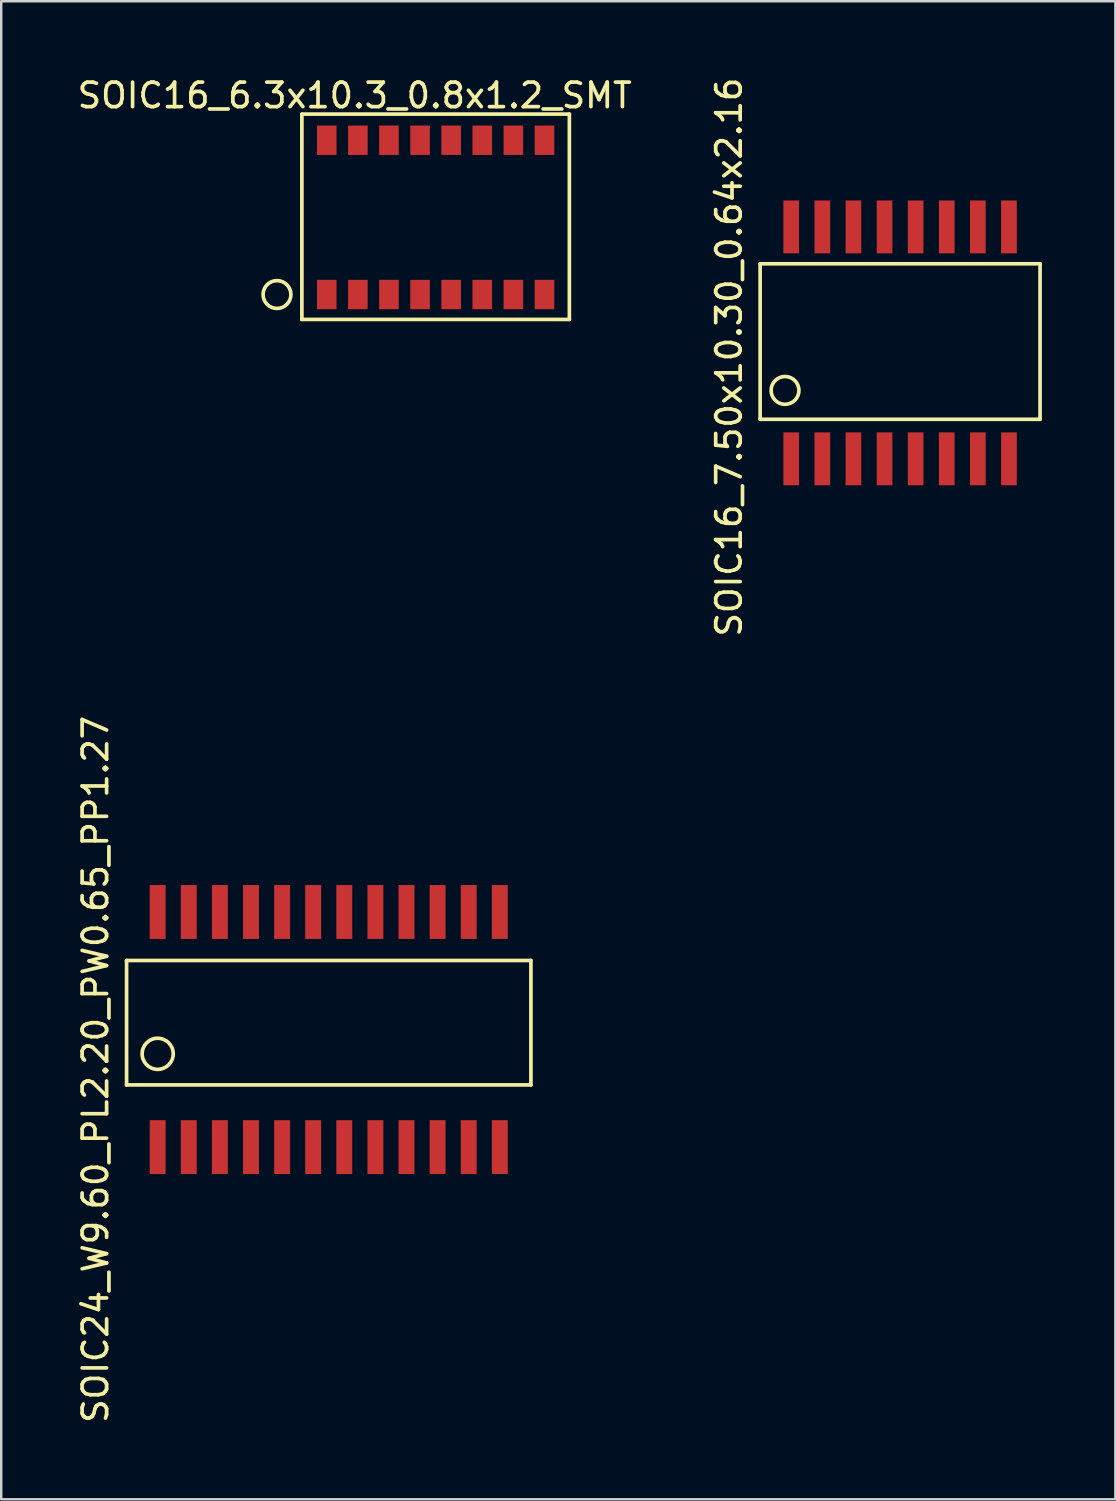
<source format=kicad_pcb>
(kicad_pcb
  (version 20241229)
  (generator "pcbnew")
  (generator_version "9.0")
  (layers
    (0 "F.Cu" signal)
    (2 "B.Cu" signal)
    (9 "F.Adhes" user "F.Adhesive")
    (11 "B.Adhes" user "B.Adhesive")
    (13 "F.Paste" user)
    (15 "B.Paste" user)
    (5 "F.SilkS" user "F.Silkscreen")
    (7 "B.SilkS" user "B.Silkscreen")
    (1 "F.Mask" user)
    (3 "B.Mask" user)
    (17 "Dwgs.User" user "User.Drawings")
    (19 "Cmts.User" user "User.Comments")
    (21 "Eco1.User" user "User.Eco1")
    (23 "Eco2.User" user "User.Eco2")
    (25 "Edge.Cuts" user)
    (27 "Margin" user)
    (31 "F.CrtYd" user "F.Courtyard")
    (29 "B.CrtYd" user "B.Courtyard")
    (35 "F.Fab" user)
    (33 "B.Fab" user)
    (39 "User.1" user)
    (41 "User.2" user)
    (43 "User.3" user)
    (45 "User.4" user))
  (footprint "SOIC24_W9.60_PL2.20_PW0.65_PP1.27"
    (layer "F.Cu")
    (at 3.388 43.788)
    (property "Reference" "SOIC24_W9.60_PL2.20_PW0.65_PP1.27" (at -2.54 -3.175 90) (layer "F.SilkS") (effects (font (size 1 1) (thickness 0.15))))
    (attr through_hole)
    (fp_line (start -1.27 -7.62) (end -1.27 -2.54) (stroke (width 0.15) (type solid)) (layer "F.SilkS"))
    (fp_line (start -1.27 -2.54) (end 15.24 -2.54) (stroke (width 0.15) (type solid)) (layer "F.SilkS"))
    (fp_line (start 15.24 -7.62) (end -1.27 -7.62) (stroke (width 0.15) (type solid)) (layer "F.SilkS"))
    (fp_line (start 15.24 -2.54) (end 15.24 -7.62) (stroke (width 0.15) (type solid)) (layer "F.SilkS"))
    (fp_circle (center 0 -3.81) (end 0 -3.175) (stroke (width 0.15) (type solid)) (fill no) (layer "F.SilkS"))
    (pad "1" smd rect (at 0 0) (size 0.65 2.2) (layers "F.Cu" "F.Mask" "F.Paste"))
    (pad "2" smd rect (at 1.27 0) (size 0.65 2.2) (layers "F.Cu" "F.Mask" "F.Paste"))
    (pad "3" smd rect (at 2.54 0) (size 0.65 2.2) (layers "F.Cu" "F.Mask" "F.Paste"))
    (pad "4" smd rect (at 3.81 0) (size 0.65 2.2) (layers "F.Cu" "F.Mask" "F.Paste"))
    (pad "5" smd rect (at 5.08 0) (size 0.65 2.2) (layers "F.Cu" "F.Mask" "F.Paste"))
    (pad "6" smd rect (at 6.35 0) (size 0.65 2.2) (layers "F.Cu" "F.Mask" "F.Paste"))
    (pad "7" smd rect (at 7.62 0) (size 0.65 2.2) (layers "F.Cu" "F.Mask" "F.Paste"))
    (pad "8" smd rect (at 8.89 0) (size 0.65 2.2) (layers "F.Cu" "F.Mask" "F.Paste"))
    (pad "9" smd rect (at 10.16 0) (size 0.65 2.2) (layers "F.Cu" "F.Mask" "F.Paste"))
    (pad "10" smd rect (at 11.43 0) (size 0.65 2.2) (layers "F.Cu" "F.Mask" "F.Paste"))
    (pad "11" smd rect (at 12.7 0) (size 0.65 2.2) (layers "F.Cu" "F.Mask" "F.Paste"))
    (pad "12" smd rect (at 13.97 0) (size 0.65 2.2) (layers "F.Cu" "F.Mask" "F.Paste"))
    (pad "13" smd rect (at 13.97 -9.6) (size 0.65 2.2) (layers "F.Cu" "F.Mask" "F.Paste"))
    (pad "14" smd rect (at 12.7 -9.6) (size 0.65 2.2) (layers "F.Cu" "F.Mask" "F.Paste"))
    (pad "15" smd rect (at 11.43 -9.6) (size 0.65 2.2) (layers "F.Cu" "F.Mask" "F.Paste"))
    (pad "16" smd rect (at 10.16 -9.6) (size 0.65 2.2) (layers "F.Cu" "F.Mask" "F.Paste"))
    (pad "17" smd rect (at 8.89 -9.6) (size 0.65 2.2) (layers "F.Cu" "F.Mask" "F.Paste"))
    (pad "18" smd rect (at 7.62 -9.6) (size 0.65 2.2) (layers "F.Cu" "F.Mask" "F.Paste"))
    (pad "19" smd rect (at 6.35 -9.6) (size 0.65 2.2) (layers "F.Cu" "F.Mask" "F.Paste"))
    (pad "20" smd rect (at 5.08 -9.6) (size 0.65 2.2) (layers "F.Cu" "F.Mask" "F.Paste"))
    (pad "21" smd rect (at 3.81 -9.6) (size 0.65 2.2) (layers "F.Cu" "F.Mask" "F.Paste"))
    (pad "22" smd rect (at 2.54 -9.6) (size 0.65 2.2) (layers "F.Cu" "F.Mask" "F.Paste"))
    (pad "23" smd rect (at 1.27 -9.6) (size 0.65 2.2) (layers "F.Cu" "F.Mask" "F.Paste"))
    (pad "24" smd rect (at 0 -9.6) (size 0.65 2.2) (layers "F.Cu" "F.Mask" "F.Paste")))
  (footprint "SOIC16_7.50x10.30_0.64x2.16"
    (layer "F.Cu")
    (at 29.257 15.685)
    (property "Reference" "SOIC16_7.50x10.30_0.64x2.16" (at -2.54 -4.155 270) (layer "F.SilkS") (effects (font (size 1 1) (thickness 0.15))))
    (attr through_hole)
    (fp_line (start -1.27 -7.965) (end -1.27 -1.615) (stroke (width 0.15) (type solid)) (layer "F.SilkS"))
    (fp_line (start -1.27 -1.615) (end 10.16 -1.615) (stroke (width 0.15) (type solid)) (layer "F.SilkS"))
    (fp_line (start 10.16 -7.965) (end -1.27 -7.965) (stroke (width 0.15) (type solid)) (layer "F.SilkS"))
    (fp_line (start 10.16 -1.615) (end 10.16 -7.965) (stroke (width 0.15) (type solid)) (layer "F.SilkS"))
    (fp_circle (center -0.254 -2.794) (end 0.254 -2.54) (stroke (width 0.15) (type solid)) (fill no) (layer "F.SilkS"))
    (pad "1" smd rect (at 0 0) (size 0.64 2.16) (layers "F.Cu" "F.Mask" "F.Paste"))
    (pad "2" smd rect (at 1.27 0) (size 0.64 2.16) (layers "F.Cu" "F.Mask" "F.Paste"))
    (pad "3" smd rect (at 2.54 0) (size 0.64 2.16) (layers "F.Cu" "F.Mask" "F.Paste"))
    (pad "4" smd rect (at 3.81 0) (size 0.64 2.16) (layers "F.Cu" "F.Mask" "F.Paste"))
    (pad "5" smd rect (at 5.08 0) (size 0.64 2.16) (layers "F.Cu" "F.Mask" "F.Paste"))
    (pad "6" smd rect (at 6.35 0) (size 0.64 2.16) (layers "F.Cu" "F.Mask" "F.Paste"))
    (pad "7" smd rect (at 7.62 0) (size 0.64 2.16) (layers "F.Cu" "F.Mask" "F.Paste"))
    (pad "8" smd rect (at 8.89 0) (size 0.64 2.16) (layers "F.Cu" "F.Mask" "F.Paste"))
    (pad "9" smd rect (at 8.89 -9.47) (size 0.64 2.16) (layers "F.Cu" "F.Mask" "F.Paste"))
    (pad "10" smd rect (at 7.62 -9.47) (size 0.64 2.16) (layers "F.Cu" "F.Mask" "F.Paste"))
    (pad "11" smd rect (at 6.35 -9.47) (size 0.64 2.16) (layers "F.Cu" "F.Mask" "F.Paste"))
    (pad "12" smd rect (at 5.08 -9.47) (size 0.64 2.16) (layers "F.Cu" "F.Mask" "F.Paste"))
    (pad "13" smd rect (at 3.81 -9.47) (size 0.64 2.16) (layers "F.Cu" "F.Mask" "F.Paste"))
    (pad "14" smd rect (at 2.54 -9.47) (size 0.64 2.16) (layers "F.Cu" "F.Mask" "F.Paste"))
    (pad "15" smd rect (at 1.27 -9.47) (size 0.64 2.16) (layers "F.Cu" "F.Mask" "F.Paste"))
    (pad "16" smd rect (at 0 -9.47) (size 0.64 2.16) (layers "F.Cu" "F.Mask" "F.Paste")))
  (footprint "SOIC16_6.3x10.3_0.8x1.2_SMT"
    (layer "F.Cu")
    (at 10.292 8.976)
    (property "Reference" "SOIC16_6.3x10.3_0.8x1.2_SMT" (at 1.143 -8.128 0) (layer "F.SilkS") (effects (font (size 1 1) (thickness 0.15))))
    (attr through_hole)
    (fp_line (start -1.016 -7.366) (end -1.016 1.016) (stroke (width 0.15) (type solid)) (layer "F.SilkS"))
    (fp_line (start -1.016 -7.366) (end 9.906 -7.366) (stroke (width 0.15) (type solid)) (layer "F.SilkS"))
    (fp_line (start -1.016 1.016) (end 9.906 1.016) (stroke (width 0.15) (type solid)) (layer "F.SilkS"))
    (fp_line (start 9.906 -7.366) (end 9.906 1.016) (stroke (width 0.15) (type solid)) (layer "F.SilkS"))
    (fp_circle (center -2.032 0) (end -1.524 -0.254) (stroke (width 0.15) (type solid)) (fill no) (layer "F.SilkS"))
    (pad "1" smd rect (at 0 0) (size 0.8 1.2) (layers "F.Cu" "F.Mask" "F.Paste"))
    (pad "2" smd rect (at 1.27 0) (size 0.8 1.2) (layers "F.Cu" "F.Mask" "F.Paste"))
    (pad "3" smd rect (at 2.54 0) (size 0.8 1.2) (layers "F.Cu" "F.Mask" "F.Paste"))
    (pad "4" smd rect (at 3.81 0) (size 0.8 1.2) (layers "F.Cu" "F.Mask" "F.Paste"))
    (pad "5" smd rect (at 5.08 0) (size 0.8 1.2) (layers "F.Cu" "F.Mask" "F.Paste"))
    (pad "6" smd rect (at 6.35 0) (size 0.8 1.2) (layers "F.Cu" "F.Mask" "F.Paste"))
    (pad "7" smd rect (at 7.62 0) (size 0.8 1.2) (layers "F.Cu" "F.Mask" "F.Paste"))
    (pad "8" smd rect (at 8.89 0) (size 0.8 1.2) (layers "F.Cu" "F.Mask" "F.Paste"))
    (pad "9" smd rect (at 8.89 -6.3) (size 0.8 1.2) (layers "F.Cu" "F.Mask" "F.Paste"))
    (pad "10" smd rect (at 7.62 -6.3) (size 0.8 1.2) (layers "F.Cu" "F.Mask" "F.Paste"))
    (pad "11" smd rect (at 6.35 -6.3) (size 0.8 1.2) (layers "F.Cu" "F.Mask" "F.Paste"))
    (pad "12" smd rect (at 5.08 -6.3) (size 0.8 1.2) (layers "F.Cu" "F.Mask" "F.Paste"))
    (pad "13" smd rect (at 3.81 -6.3) (size 0.8 1.2) (layers "F.Cu" "F.Mask" "F.Paste"))
    (pad "14" smd rect (at 2.54 -6.3) (size 0.8 1.2) (layers "F.Cu" "F.Mask" "F.Paste"))
    (pad "15" smd rect (at 1.27 -6.3) (size 0.8 1.2) (layers "F.Cu" "F.Mask" "F.Paste"))
    (pad "16" smd rect (at 0 -6.3) (size 0.8 1.2) (layers "F.Cu" "F.Mask" "F.Paste")))
  (gr_rect
    (start -3 -3)
    (end 42.492 58.167)
    (stroke (width 0.1) (type default))
    (fill no)
    (layer "Edge.Cuts")))
</source>
